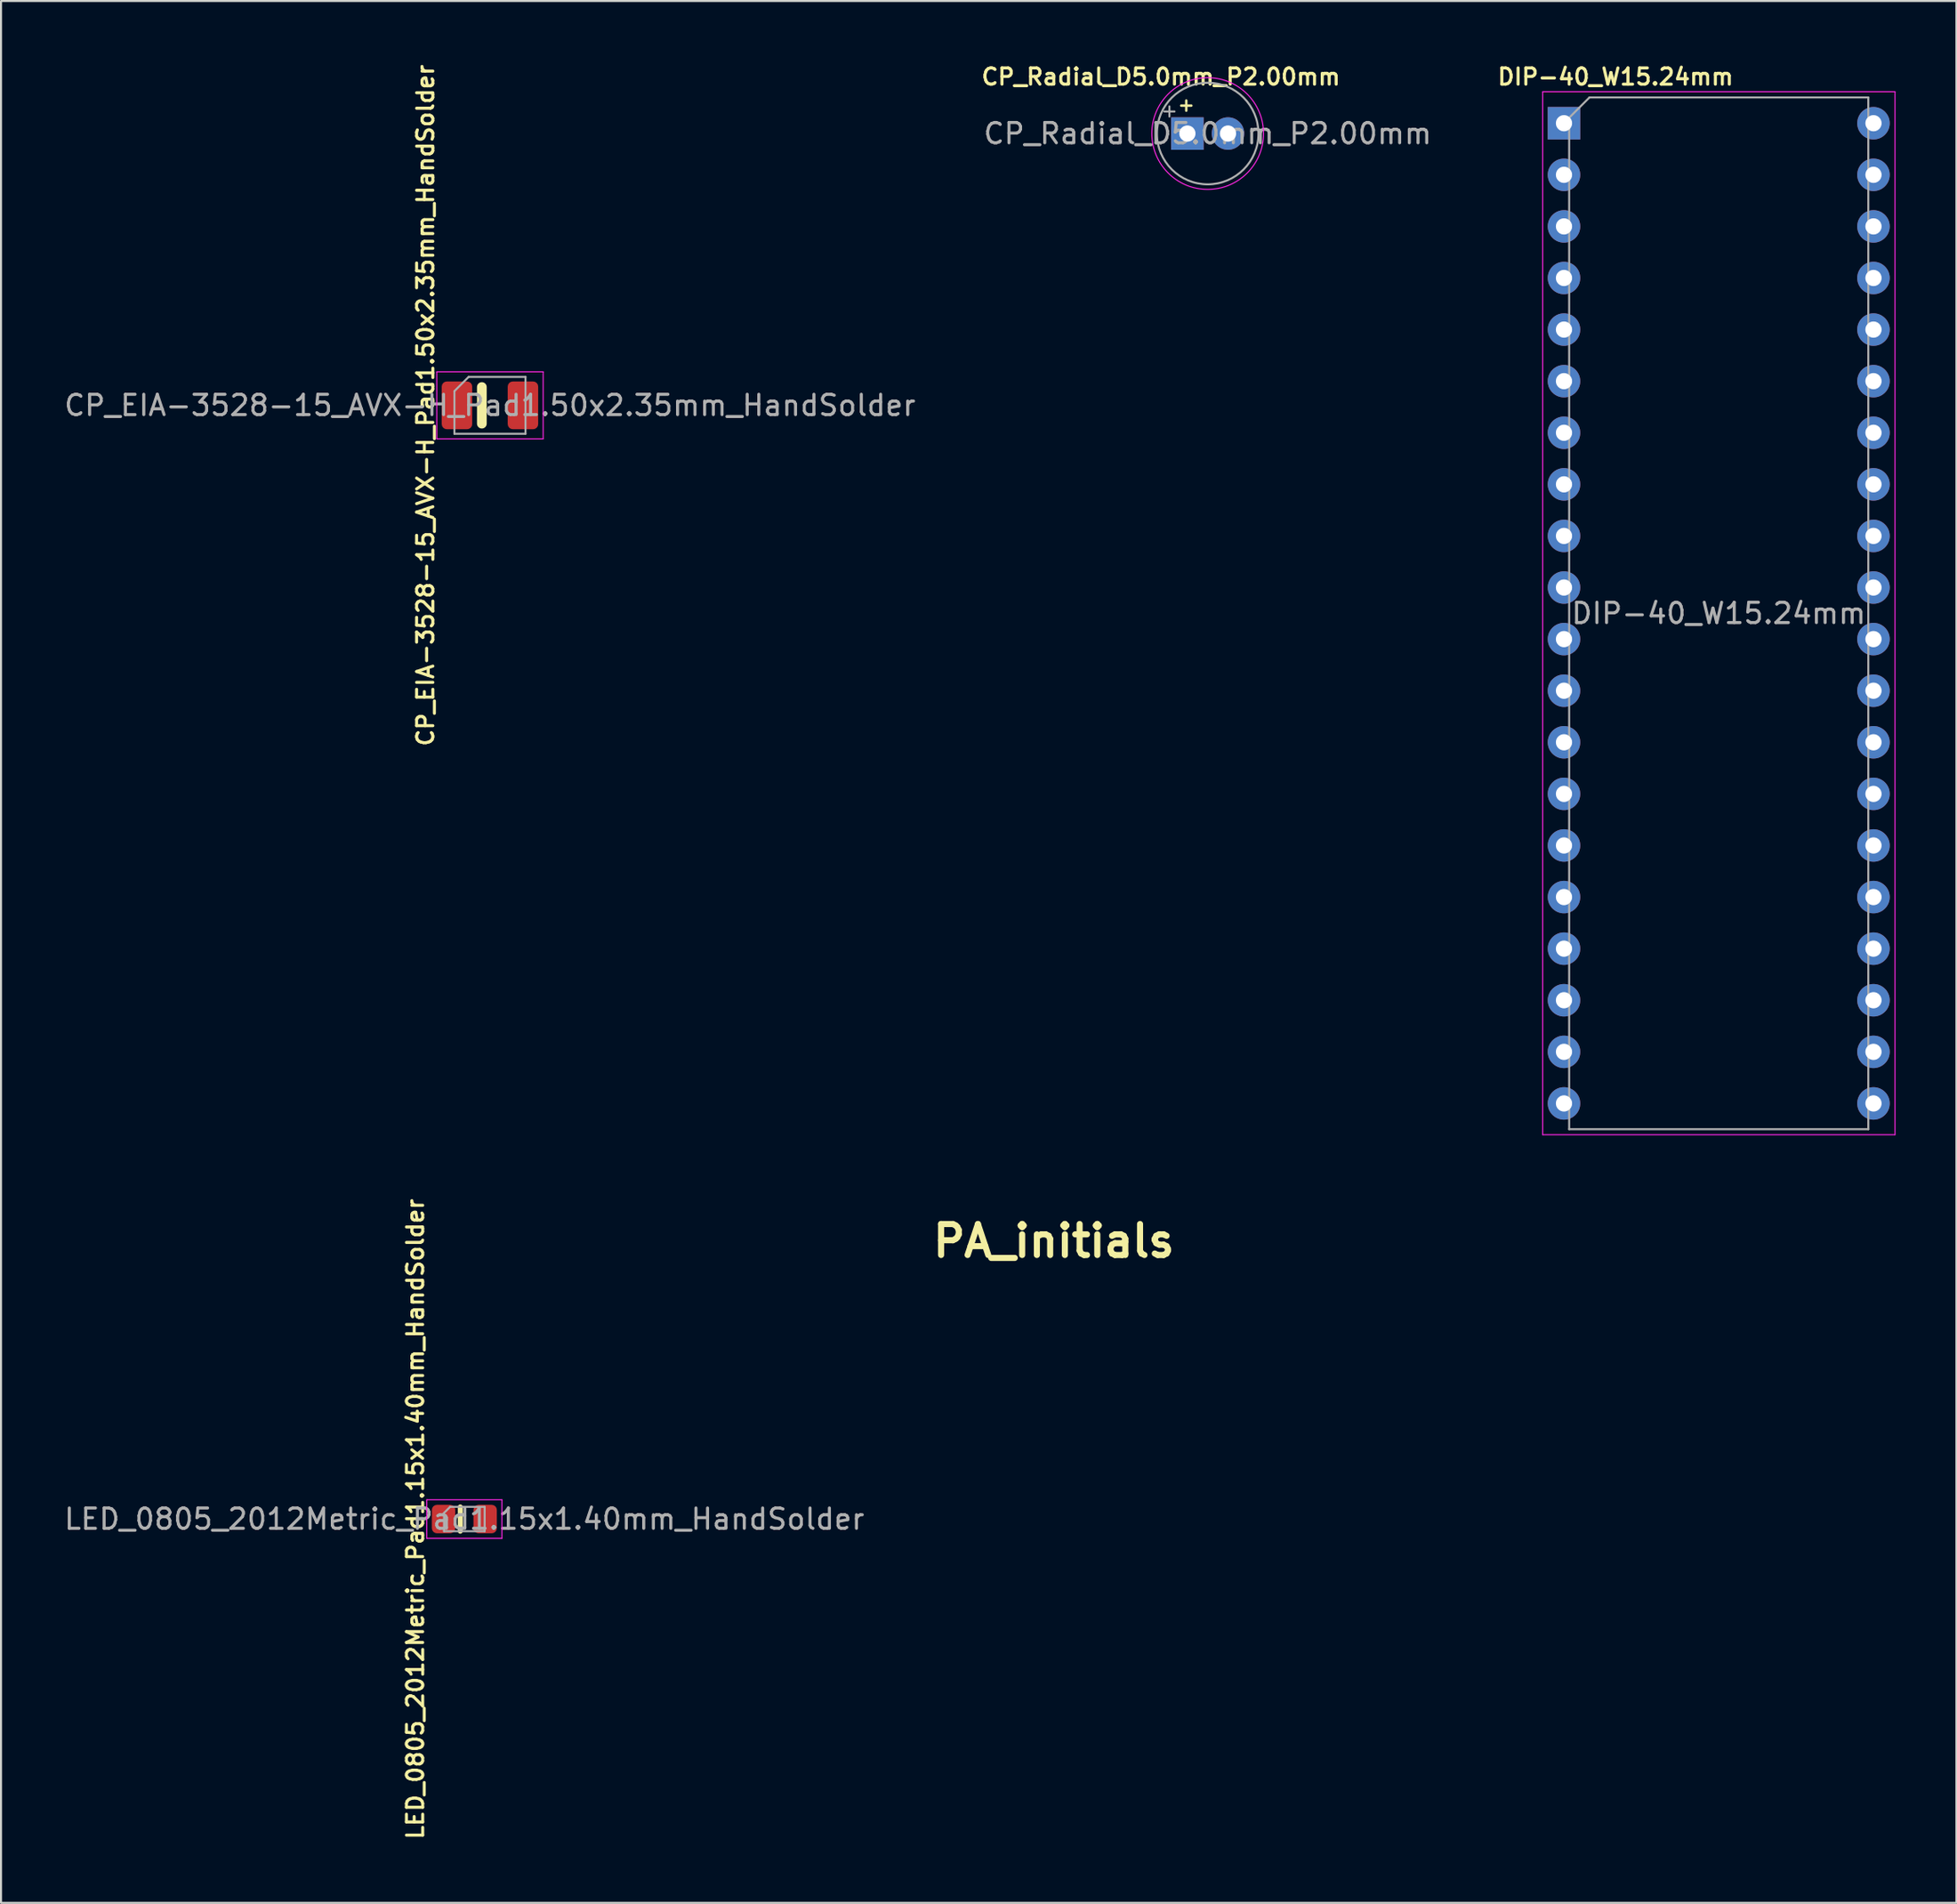
<source format=kicad_pcb>
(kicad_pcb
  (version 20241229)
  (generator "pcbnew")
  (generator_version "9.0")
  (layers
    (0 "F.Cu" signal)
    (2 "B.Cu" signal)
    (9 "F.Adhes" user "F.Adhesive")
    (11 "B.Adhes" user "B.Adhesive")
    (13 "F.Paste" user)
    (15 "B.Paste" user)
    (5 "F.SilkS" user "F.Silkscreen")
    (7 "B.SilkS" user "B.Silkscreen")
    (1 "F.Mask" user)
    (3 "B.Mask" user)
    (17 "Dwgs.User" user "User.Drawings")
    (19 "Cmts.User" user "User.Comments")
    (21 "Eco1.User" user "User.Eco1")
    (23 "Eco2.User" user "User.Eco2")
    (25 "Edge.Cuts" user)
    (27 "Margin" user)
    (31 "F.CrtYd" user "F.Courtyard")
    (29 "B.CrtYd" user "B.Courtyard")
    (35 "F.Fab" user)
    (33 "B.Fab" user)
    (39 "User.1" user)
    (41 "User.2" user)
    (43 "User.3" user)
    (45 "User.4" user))
  (footprint "CP_EIA-3528-15_AVX-H_Pad1.50x2.35mm_HandSolder"
    (layer "F.Cu")
    (at 21.077 16.907)
    (property "Reference" "CP_EIA-3528-15_AVX-H_Pad1.50x2.35mm_HandSolder" (at -3.175 0 90) (layer "F.SilkS") (effects (font (size 0.8 0.8) (thickness 0.15))))
    (attr smd)
    (fp_line (start -0.4 -0.9) (end -0.4 0.9) (stroke (width 0.48) (type solid)) (layer "F.SilkS"))
    (fp_line (start -2.62 -1.65) (end 2.62 -1.65) (stroke (width 0.05) (type solid)) (layer "F.CrtYd"))
    (fp_line (start -2.62 1.65) (end -2.62 -1.65) (stroke (width 0.05) (type solid)) (layer "F.CrtYd"))
    (fp_line (start 2.62 -1.65) (end 2.62 1.65) (stroke (width 0.05) (type solid)) (layer "F.CrtYd"))
    (fp_line (start 2.62 1.65) (end -2.62 1.65) (stroke (width 0.05) (type solid)) (layer "F.CrtYd"))
    (fp_line (start -1.75 -0.7) (end -1.75 1.4) (stroke (width 0.1) (type solid)) (layer "F.Fab"))
    (fp_line (start -1.75 1.4) (end 1.75 1.4) (stroke (width 0.1) (type solid)) (layer "F.Fab"))
    (fp_line (start -1.05 -1.4) (end -1.75 -0.7) (stroke (width 0.1) (type solid)) (layer "F.Fab"))
    (fp_line (start 1.75 -1.4) (end -1.05 -1.4) (stroke (width 0.1) (type solid)) (layer "F.Fab"))
    (fp_line (start 1.75 1.4) (end 1.75 -1.4) (stroke (width 0.1) (type solid)) (layer "F.Fab"))
    (fp_text user "${REFERENCE}" (at 0 0 180) (layer "F.Fab") (effects (font (size 1 1) (thickness 0.15))))
    (pad "1" smd roundrect (at -1.625 0) (size 1.5 2.35) (layers "F.Cu" "F.Mask" "F.Paste") (roundrect_rratio 0.167))
    (pad "2" smd roundrect (at 1.625 0) (size 1.5 2.35) (layers "F.Cu" "F.Mask" "F.Paste") (roundrect_rratio 0.167)))
  (footprint "LED_0805_2012Metric_Pad1.15x1.40mm_HandSolder"
    (layer "F.Cu")
    (at 19.815 71.74)
    (property "Reference" "LED_0805_2012Metric_Pad1.15x1.40mm_HandSolder" (at -2.413 0 270) (layer "F.SilkS") (effects (font (size 0.8 0.8) (thickness 0.15))))
    (attr smd)
    (fp_line (start -0.2 -0.6) (end -0.2 0.6) (stroke (width 0.24) (type solid)) (layer "F.SilkS"))
    (fp_line (start -1.85 -0.95) (end 1.85 -0.95) (stroke (width 0.05) (type solid)) (layer "F.CrtYd"))
    (fp_line (start -1.85 0.95) (end -1.85 -0.95) (stroke (width 0.05) (type solid)) (layer "F.CrtYd"))
    (fp_line (start 1.85 -0.95) (end 1.85 0.95) (stroke (width 0.05) (type solid)) (layer "F.CrtYd"))
    (fp_line (start 1.85 0.95) (end -1.85 0.95) (stroke (width 0.05) (type solid)) (layer "F.CrtYd"))
    (fp_line (start -1 -0.3) (end -1 0.6) (stroke (width 0.1) (type solid)) (layer "F.Fab"))
    (fp_line (start -1 0.6) (end 1 0.6) (stroke (width 0.1) (type solid)) (layer "F.Fab"))
    (fp_line (start -0.7 -0.6) (end -1 -0.3) (stroke (width 0.1) (type solid)) (layer "F.Fab"))
    (fp_line (start 1 -0.6) (end -0.7 -0.6) (stroke (width 0.1) (type solid)) (layer "F.Fab"))
    (fp_line (start 1 0.6) (end 1 -0.6) (stroke (width 0.1) (type solid)) (layer "F.Fab"))
    (fp_text user "${REFERENCE}" (at 0 0 0) (layer "F.Fab") (effects (font (size 1 1) (thickness 0.15))))
    (pad "1" smd roundrect (at -1.025 0) (size 1.15 1.4) (layers "F.Cu" "F.Mask" "F.Paste") (roundrect_rratio 0.217))
    (pad "2" smd roundrect (at 1.025 0) (size 1.15 1.4) (layers "F.Cu" "F.Mask" "F.Paste") (roundrect_rratio 0.217)))
  (footprint "PA_initials"
    (layer "F.Cu")
    (at 48.843 58.049)
    (property "Reference" "PA_initials" (at 0 0 0) (layer "F.SilkS") (effects (font (size 1.524 1.524) (thickness 0.3))))
    (attr through_hole)
    (fp_poly (pts (xy -0.929 -2.17) (xy -0.849 -2.152) (xy -0.664 -2.074) (xy -0.5 -1.964) (xy -0.358 -1.823) (xy -0.242 -1.658) (xy -0.152 -1.47) (xy -0.09 -1.265) (xy -0.057 -1.047) (xy -0.056 -0.818) (xy -0.087 -0.584) (xy -0.129 -0.423) (xy -0.192 -0.253) (xy -0.282 -0.065) (xy -0.393 0.132) (xy -0.519 0.328) (xy -0.655 0.513) (xy -0.742 0.62) (xy -0.829 0.721) (xy -0.767 0.916) (xy -0.735 1.011) (xy -0.693 1.131) (xy -0.647 1.262) (xy -0.6 1.389) (xy -0.594 1.408) (xy -0.535 1.574) (xy -0.488 1.727) (xy -0.455 1.86) (xy -0.437 1.966) (xy -0.434 2.014) (xy -0.452 2.079) (xy -0.495 2.142) (xy -0.543 2.178) (xy -0.605 2.196) (xy -0.681 2.195) (xy -0.739 2.186) (xy -0.79 2.16) (xy -0.858 2.102) (xy -0.937 2.017) (xy -1.024 1.909) (xy -1.115 1.785) (xy -1.206 1.649) (xy -1.292 1.505) (xy -1.329 1.439) (xy -1.377 1.346) (xy -1.438 1.223) (xy -1.506 1.079) (xy -1.579 0.923) (xy -1.653 0.761) (xy -1.723 0.605) (xy -1.785 0.461) (xy -1.837 0.338) (xy -1.873 0.246) (xy -1.976 -0.054) (xy -2.052 -0.33) (xy -2.103 -0.59) (xy -2.131 -0.842) (xy -2.138 -1.044) (xy -2.137 -1.079) (xy -1.823 -1.079) (xy -1.819 -0.952) (xy -1.81 -0.822) (xy -1.796 -0.708) (xy -1.789 -0.666) (xy -1.762 -0.555) (xy -1.723 -0.416) (xy -1.675 -0.263) (xy -1.622 -0.107) (xy -1.568 0.041) (xy -1.518 0.168) (xy -1.494 0.222) (xy -1.417 0.389) (xy -1.356 0.519) (xy -1.31 0.615) (xy -1.279 0.677) (xy -1.262 0.709) (xy -1.257 0.714) (xy -1.26 0.693) (xy -1.27 0.64) (xy -1.286 0.566) (xy -1.293 0.54) (xy -1.322 0.397) (xy -1.331 0.287) (xy -1.318 0.205) (xy -1.283 0.146) (xy -1.223 0.106) (xy -1.169 0.086) (xy -1.094 0.084) (xy -1.026 0.119) (xy -0.973 0.185) (xy -0.942 0.275) (xy -0.928 0.35) (xy -0.914 0.39) (xy -0.894 0.393) (xy -0.862 0.361) (xy -0.814 0.294) (xy -0.805 0.282) (xy -0.687 0.102) (xy -0.579 -0.084) (xy -0.487 -0.266) (xy -0.422 -0.421) (xy -0.387 -0.522) (xy -0.365 -0.612) (xy -0.352 -0.709) (xy -0.344 -0.831) (xy -0.344 -0.831) (xy -0.344 -1.044) (xy -0.368 -1.228) (xy -0.417 -1.388) (xy -0.494 -1.532) (xy -0.596 -1.661) (xy -0.724 -1.777) (xy -0.865 -1.858) (xy -1.011 -1.903) (xy -1.108 -1.91) (xy -1.279 -1.889) (xy -1.432 -1.831) (xy -1.57 -1.734) (xy -1.611 -1.695) (xy -1.694 -1.6) (xy -1.754 -1.507) (xy -1.793 -1.404) (xy -1.815 -1.282) (xy -1.823 -1.132) (xy -1.823 -1.079) (xy -2.137 -1.079) (xy -2.136 -1.184) (xy -2.129 -1.294) (xy -2.116 -1.385) (xy -2.094 -1.468) (xy -2.061 -1.554) (xy -2.038 -1.607) (xy -1.987 -1.692) (xy -1.912 -1.789) (xy -1.821 -1.887) (xy -1.726 -1.977) (xy -1.636 -2.046) (xy -1.593 -2.072) (xy -1.438 -2.133) (xy -1.267 -2.171) (xy -1.093 -2.184) (xy -0.929 -2.17)) (stroke (width 0.01) (type solid)) (fill yes) (layer "F.Mask"))
    (fp_poly (pts (xy 0.677 -2.182) (xy 0.733 -2.132) (xy 0.772 -2.061) (xy 0.785 -1.993) (xy 0.788 -1.925) (xy 0.793 -1.865) (xy 0.794 -1.863) (xy 0.799 -1.816) (xy 0.805 -1.742) (xy 0.812 -1.656) (xy 0.813 -1.644) (xy 0.834 -1.435) (xy 0.866 -1.206) (xy 0.907 -0.978) (xy 0.944 -0.804) (xy 0.972 -0.69) (xy 1.001 -0.581) (xy 1.027 -0.486) (xy 1.05 -0.413) (xy 1.067 -0.37) (xy 1.071 -0.363) (xy 1.088 -0.372) (xy 1.13 -0.404) (xy 1.188 -0.453) (xy 1.221 -0.482) (xy 1.309 -0.557) (xy 1.376 -0.608) (xy 1.428 -0.638) (xy 1.475 -0.652) (xy 1.523 -0.656) (xy 1.599 -0.637) (xy 1.661 -0.584) (xy 1.701 -0.506) (xy 1.714 -0.42) (xy 1.711 -0.39) (xy 1.698 -0.358) (xy 1.67 -0.318) (xy 1.623 -0.265) (xy 1.553 -0.193) (xy 1.481 -0.122) (xy 1.247 0.108) (xy 1.314 0.239) (xy 1.413 0.411) (xy 1.518 0.551) (xy 1.627 0.656) (xy 1.736 0.722) (xy 1.757 0.73) (xy 1.875 0.791) (xy 1.963 0.876) (xy 2.016 0.982) (xy 2.032 1.09) (xy 2.013 1.218) (xy 1.96 1.325) (xy 1.875 1.407) (xy 1.76 1.459) (xy 1.754 1.461) (xy 1.641 1.472) (xy 1.515 1.45) (xy 1.385 1.4) (xy 1.261 1.325) (xy 1.169 1.247) (xy 1.109 1.172) (xy 1.042 1.069) (xy 0.975 0.949) (xy 0.914 0.823) (xy 0.866 0.704) (xy 0.857 0.677) (xy 0.835 0.611) (xy 0.818 0.562) (xy 0.81 0.544) (xy 0.792 0.551) (xy 0.751 0.583) (xy 0.692 0.636) (xy 0.621 0.703) (xy 0.617 0.707) (xy 0.541 0.781) (xy 0.472 0.847) (xy 0.417 0.899) (xy 0.387 0.927) (xy 0.353 0.979) (xy 0.325 1.073) (xy 0.304 1.209) (xy 0.288 1.385) (xy 0.284 1.471) (xy 0.279 1.563) (xy 0.271 1.623) (xy 0.259 1.663) (xy 0.238 1.694) (xy 0.211 1.72) (xy 0.144 1.765) (xy 0.065 1.778) (xy 0.064 1.778) (xy 0.007 1.772) (xy -0.035 1.749) (xy -0.078 1.7) (xy -0.106 1.661) (xy -0.123 1.625) (xy -0.132 1.58) (xy -0.135 1.515) (xy -0.135 1.42) (xy -0.129 1.32) (xy -0.115 1.187) (xy -0.095 1.027) (xy -0.069 0.848) (xy -0.038 0.656) (xy -0.003 0.461) (xy 0.029 0.296) (xy 0.043 0.222) (xy 0.473 0.222) (xy 0.478 0.232) (xy 0.51 0.212) (xy 0.565 0.162) (xy 0.571 0.156) (xy 0.683 0.047) (xy 0.644 -0.187) (xy 0.628 -0.28) (xy 0.614 -0.354) (xy 0.603 -0.401) (xy 0.598 -0.415) (xy 0.592 -0.393) (xy 0.581 -0.336) (xy 0.565 -0.254) (xy 0.546 -0.153) (xy 0.539 -0.114) (xy 0.519 -0.005) (xy 0.5 0.093) (xy 0.485 0.169) (xy 0.475 0.215) (xy 0.473 0.222) (xy 0.043 0.222) (xy 0.086 0.005) (xy 0.136 -0.277) (xy 0.18 -0.539) (xy 0.215 -0.772) (xy 0.222 -0.826) (xy 0.233 -0.905) (xy 0.248 -0.997) (xy 0.254 -1.037) (xy 0.269 -1.128) (xy 0.282 -1.223) (xy 0.286 -1.259) (xy 0.296 -1.328) (xy 0.304 -1.381) (xy 0.308 -1.397) (xy 0.317 -1.441) (xy 0.327 -1.492) (xy 0.354 -1.656) (xy 0.378 -1.798) (xy 0.397 -1.913) (xy 0.411 -1.995) (xy 0.415 -2.017) (xy 0.446 -2.094) (xy 0.503 -2.158) (xy 0.573 -2.195) (xy 0.614 -2.201) (xy 0.677 -2.182)) (stroke (width 0.01) (type solid)) (fill yes) (layer "F.Mask")))
  (footprint "CP_Radial_D5.0mm_P2.00mm"
    (layer "F.Cu")
    (at 55.42 3.525)
    (property "Reference" "CP_Radial_D5.0mm_P2.00mm" (at -1.302 -2.794 180) (layer "F.SilkS") (effects (font (size 0.8 0.8) (thickness 0.15))))
    (attr through_hole)
    (fp_line (start -0.305 -1.375) (end 0.195 -1.375) (stroke (width 0.12) (type solid)) (layer "F.SilkS"))
    (fp_line (start -0.055 -1.625) (end -0.055 -1.125) (stroke (width 0.12) (type solid)) (layer "F.SilkS"))
    (fp_circle (center 1 0) (end 3.75 0) (stroke (width 0.05) (type solid)) (fill no) (layer "F.CrtYd"))
    (fp_line (start -1.134 -1.087) (end -0.634 -1.087) (stroke (width 0.1) (type solid)) (layer "F.Fab"))
    (fp_line (start -0.884 -1.337) (end -0.884 -0.838) (stroke (width 0.1) (type solid)) (layer "F.Fab"))
    (fp_circle (center 1 0) (end 3.5 0) (stroke (width 0.1) (type solid)) (fill no) (layer "F.Fab"))
    (fp_text user "${REFERENCE}" (at 1 0 180) (layer "F.Fab") (effects (font (size 1 1) (thickness 0.15))))
    (pad "1" thru_hole rect (at 0 0) (size 1.6 1.6) (drill 0.8) (layers "*.Cu" "*.Mask"))
    (pad "2" thru_hole circle (at 2 0) (size 1.6 1.6) (drill 0.8) (layers "*.Cu" "*.Mask")))
  (footprint "DIP-40_W15.24mm"
    (layer "F.Cu")
    (at 73.965 3.017)
    (property "Reference" "DIP-40_W15.24mm" (at 2.54 -2.286 0) (layer "F.SilkS") (effects (font (size 0.8 0.8) (thickness 0.15))))
    (attr through_hole)
    (fp_line (start -1.05 -1.55) (end -1.05 49.8) (stroke (width 0.05) (type solid)) (layer "F.CrtYd"))
    (fp_line (start -1.05 49.8) (end 16.3 49.8) (stroke (width 0.05) (type solid)) (layer "F.CrtYd"))
    (fp_line (start 16.3 -1.55) (end -1.05 -1.55) (stroke (width 0.05) (type solid)) (layer "F.CrtYd"))
    (fp_line (start 16.3 49.8) (end 16.3 -1.55) (stroke (width 0.05) (type solid)) (layer "F.CrtYd"))
    (fp_line (start 0.255 -0.27) (end 1.255 -1.27) (stroke (width 0.1) (type solid)) (layer "F.Fab"))
    (fp_line (start 0.255 49.53) (end 0.255 -0.27) (stroke (width 0.1) (type solid)) (layer "F.Fab"))
    (fp_line (start 1.255 -1.27) (end 14.985 -1.27) (stroke (width 0.1) (type solid)) (layer "F.Fab"))
    (fp_line (start 14.985 -1.27) (end 14.985 49.53) (stroke (width 0.1) (type solid)) (layer "F.Fab"))
    (fp_line (start 14.985 49.53) (end 0.255 49.53) (stroke (width 0.1) (type solid)) (layer "F.Fab"))
    (fp_text user "${REFERENCE}" (at 7.62 24.13 0) (layer "F.Fab") (effects (font (size 1 1) (thickness 0.15))))
    (pad "1" thru_hole rect (at 0 0) (size 1.6 1.6) (drill 0.8) (layers "*.Cu" "*.Mask"))
    (pad "2" thru_hole oval (at 0 2.54) (size 1.6 1.6) (drill 0.8) (layers "*.Cu" "*.Mask"))
    (pad "3" thru_hole oval (at 0 5.08) (size 1.6 1.6) (drill 0.8) (layers "*.Cu" "*.Mask"))
    (pad "4" thru_hole oval (at 0 7.62) (size 1.6 1.6) (drill 0.8) (layers "*.Cu" "*.Mask"))
    (pad "5" thru_hole oval (at 0 10.16) (size 1.6 1.6) (drill 0.8) (layers "*.Cu" "*.Mask"))
    (pad "6" thru_hole oval (at 0 12.7) (size 1.6 1.6) (drill 0.8) (layers "*.Cu" "*.Mask"))
    (pad "7" thru_hole oval (at 0 15.24) (size 1.6 1.6) (drill 0.8) (layers "*.Cu" "*.Mask"))
    (pad "8" thru_hole oval (at 0 17.78) (size 1.6 1.6) (drill 0.8) (layers "*.Cu" "*.Mask"))
    (pad "9" thru_hole oval (at 0 20.32) (size 1.6 1.6) (drill 0.8) (layers "*.Cu" "*.Mask"))
    (pad "10" thru_hole oval (at 0 22.86) (size 1.6 1.6) (drill 0.8) (layers "*.Cu" "*.Mask"))
    (pad "11" thru_hole oval (at 0 25.4) (size 1.6 1.6) (drill 0.8) (layers "*.Cu" "*.Mask"))
    (pad "12" thru_hole oval (at 0 27.94) (size 1.6 1.6) (drill 0.8) (layers "*.Cu" "*.Mask"))
    (pad "13" thru_hole oval (at 0 30.48) (size 1.6 1.6) (drill 0.8) (layers "*.Cu" "*.Mask"))
    (pad "14" thru_hole oval (at 0 33.02) (size 1.6 1.6) (drill 0.8) (layers "*.Cu" "*.Mask"))
    (pad "15" thru_hole oval (at 0 35.56) (size 1.6 1.6) (drill 0.8) (layers "*.Cu" "*.Mask"))
    (pad "16" thru_hole oval (at 0 38.1) (size 1.6 1.6) (drill 0.8) (layers "*.Cu" "*.Mask"))
    (pad "17" thru_hole oval (at 0 40.64) (size 1.6 1.6) (drill 0.8) (layers "*.Cu" "*.Mask"))
    (pad "18" thru_hole oval (at 0 43.18) (size 1.6 1.6) (drill 0.8) (layers "*.Cu" "*.Mask"))
    (pad "19" thru_hole oval (at 0 45.72) (size 1.6 1.6) (drill 0.8) (layers "*.Cu" "*.Mask"))
    (pad "20" thru_hole oval (at 0 48.26) (size 1.6 1.6) (drill 0.8) (layers "*.Cu" "*.Mask"))
    (pad "21" thru_hole oval (at 15.24 48.26) (size 1.6 1.6) (drill 0.8) (layers "*.Cu" "*.Mask"))
    (pad "22" thru_hole oval (at 15.24 45.72) (size 1.6 1.6) (drill 0.8) (layers "*.Cu" "*.Mask"))
    (pad "23" thru_hole oval (at 15.24 43.18) (size 1.6 1.6) (drill 0.8) (layers "*.Cu" "*.Mask"))
    (pad "24" thru_hole oval (at 15.24 40.64) (size 1.6 1.6) (drill 0.8) (layers "*.Cu" "*.Mask"))
    (pad "25" thru_hole oval (at 15.24 38.1) (size 1.6 1.6) (drill 0.8) (layers "*.Cu" "*.Mask"))
    (pad "26" thru_hole oval (at 15.24 35.56) (size 1.6 1.6) (drill 0.8) (layers "*.Cu" "*.Mask"))
    (pad "27" thru_hole oval (at 15.24 33.02) (size 1.6 1.6) (drill 0.8) (layers "*.Cu" "*.Mask"))
    (pad "28" thru_hole oval (at 15.24 30.48) (size 1.6 1.6) (drill 0.8) (layers "*.Cu" "*.Mask"))
    (pad "29" thru_hole oval (at 15.24 27.94) (size 1.6 1.6) (drill 0.8) (layers "*.Cu" "*.Mask"))
    (pad "30" thru_hole oval (at 15.24 25.4) (size 1.6 1.6) (drill 0.8) (layers "*.Cu" "*.Mask"))
    (pad "31" thru_hole oval (at 15.24 22.86) (size 1.6 1.6) (drill 0.8) (layers "*.Cu" "*.Mask"))
    (pad "32" thru_hole oval (at 15.24 20.32) (size 1.6 1.6) (drill 0.8) (layers "*.Cu" "*.Mask"))
    (pad "33" thru_hole oval (at 15.24 17.78) (size 1.6 1.6) (drill 0.8) (layers "*.Cu" "*.Mask"))
    (pad "34" thru_hole oval (at 15.24 15.24) (size 1.6 1.6) (drill 0.8) (layers "*.Cu" "*.Mask"))
    (pad "35" thru_hole oval (at 15.24 12.7) (size 1.6 1.6) (drill 0.8) (layers "*.Cu" "*.Mask"))
    (pad "36" thru_hole oval (at 15.24 10.16) (size 1.6 1.6) (drill 0.8) (layers "*.Cu" "*.Mask"))
    (pad "37" thru_hole oval (at 15.24 7.62) (size 1.6 1.6) (drill 0.8) (layers "*.Cu" "*.Mask"))
    (pad "38" thru_hole oval (at 15.24 5.08) (size 1.6 1.6) (drill 0.8) (layers "*.Cu" "*.Mask"))
    (pad "39" thru_hole oval (at 15.24 2.54) (size 1.6 1.6) (drill 0.8) (layers "*.Cu" "*.Mask"))
    (pad "40" thru_hole oval (at 15.24 0) (size 1.6 1.6) (drill 0.8) (layers "*.Cu" "*.Mask")))
  (gr_rect
    (start -3 -3)
    (end 93.29 90.637)
    (stroke (width 0.1) (type default))
    (fill no)
    (layer "Edge.Cuts")))
</source>
